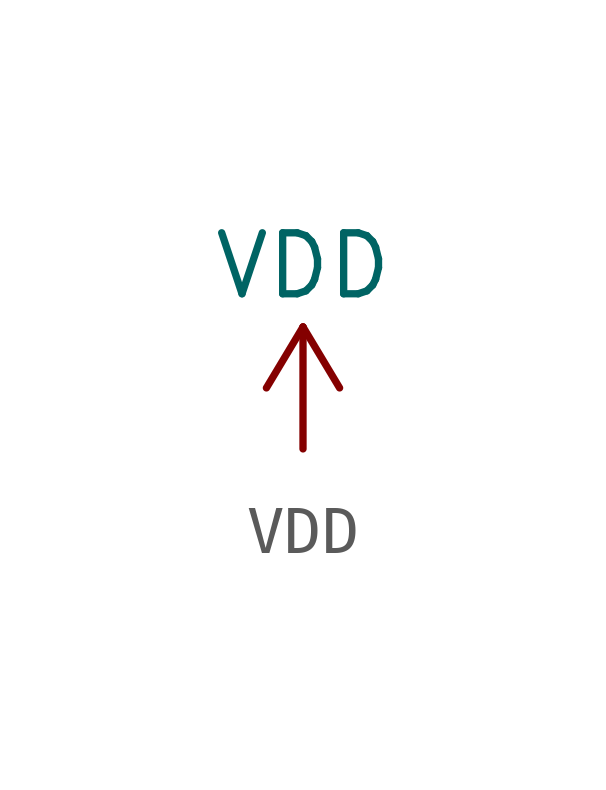
<source format=kicad_sym>
(kicad_symbol_lib
  (version 20211014)
  (generator kicad_symbol_editor)
  (symbol "power1:VDD"
    (power)
    (pin_names
      (offset 0))
    (property "Reference" "#PWR"
      (at 0 -3.81 0)
      (effects (font (size 1.27 1.27)) hide))
    (property "Value" "VDD"
      (at 0 3.81 0)
      (effects (font (size 1.27 1.27))))
    (symbol "VDD_0_1"
      (polyline (pts (xy -0.762 1.27) (xy 0 2.54)) (stroke (width 0) (type default) (color 0 0 0 0)) (fill (type none)))
      (polyline (pts (xy 0 0) (xy 0 2.54)) (stroke (width 0) (type default) (color 0 0 0 0)) (fill (type none)))
      (polyline (pts (xy 0 2.54) (xy 0.762 1.27)) (stroke (width 0) (type default) (color 0 0 0 0)) (fill (type none))))
    (symbol "VDD_1_1"
      (pin power_in line (at 0 0 90) (length 0) hide (name "VDD" (effects (font (size 1.27 1.27)))) (number "1" (effects (font (size 1.27 1.27))))))))
</source>
